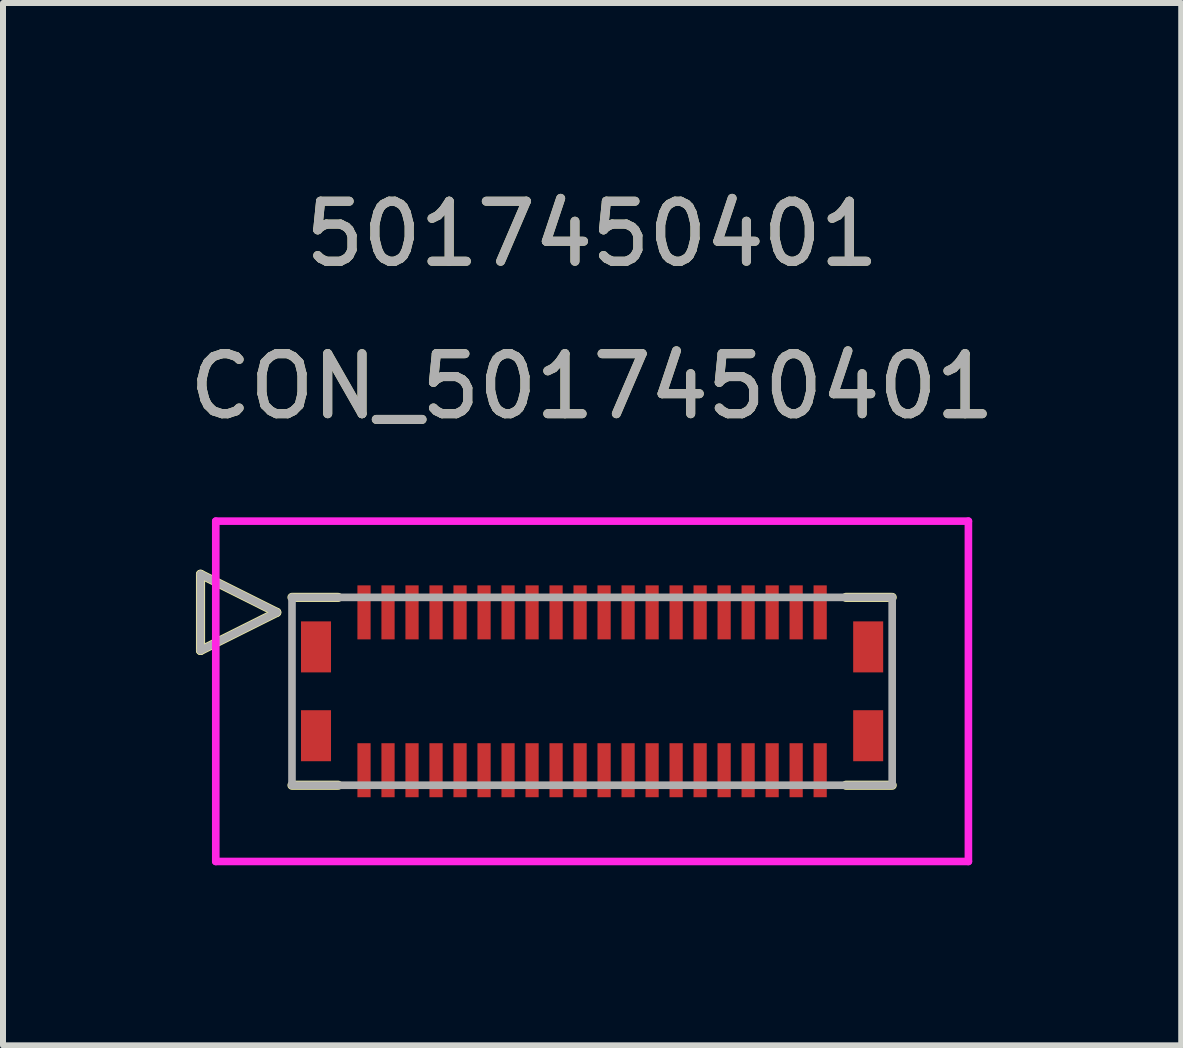
<source format=kicad_pcb>
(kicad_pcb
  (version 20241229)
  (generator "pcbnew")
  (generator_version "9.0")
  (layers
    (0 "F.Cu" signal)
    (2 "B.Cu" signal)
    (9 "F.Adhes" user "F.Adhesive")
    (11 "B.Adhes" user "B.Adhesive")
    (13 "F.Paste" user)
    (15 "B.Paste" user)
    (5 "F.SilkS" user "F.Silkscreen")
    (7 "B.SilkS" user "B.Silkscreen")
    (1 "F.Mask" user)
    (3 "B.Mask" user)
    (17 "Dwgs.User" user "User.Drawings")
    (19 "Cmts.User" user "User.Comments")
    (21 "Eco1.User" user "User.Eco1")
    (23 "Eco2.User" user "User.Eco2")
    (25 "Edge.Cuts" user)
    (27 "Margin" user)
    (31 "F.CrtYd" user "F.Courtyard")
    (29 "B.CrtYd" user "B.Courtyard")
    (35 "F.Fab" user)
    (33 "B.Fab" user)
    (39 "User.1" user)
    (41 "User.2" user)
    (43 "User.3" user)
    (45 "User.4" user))
  (footprint "CON_5017450401"
    (layer "F.Cu")
    (at 6.815 8.468)
    (property "Reference" "CON_5017450401" (at 0 -5.08 0) (unlocked yes) (layer "F.SilkS") (effects (font (size 1 1) (thickness 0.15))))
    (attr smd)
    (fp_line (start -6.524 -1.95) (end -6.524 -0.68) (stroke (width 0.152) (type solid)) (layer "F.SilkS"))
    (fp_line (start -6.524 -0.68) (end -5.254 -1.315) (stroke (width 0.152) (type solid)) (layer "F.SilkS"))
    (fp_line (start -5.254 -1.315) (end -6.524 -1.95) (stroke (width 0.152) (type solid)) (layer "F.SilkS"))
    (fp_line (start -5 1.565) (end -4.23 1.565) (stroke (width 0.152) (type solid)) (layer "F.SilkS"))
    (fp_line (start -4.23 -1.565) (end -5 -1.565) (stroke (width 0.152) (type solid)) (layer "F.SilkS"))
    (fp_line (start 4.23 1.565) (end 5 1.565) (stroke (width 0.152) (type solid)) (layer "F.SilkS"))
    (fp_line (start 5 -1.565) (end 4.23 -1.565) (stroke (width 0.152) (type solid)) (layer "F.SilkS"))
    (fp_line (start -6.27 -2.835) (end -6.27 2.835) (stroke (width 0.127) (type solid)) (layer "F.CrtYd"))
    (fp_line (start -6.27 2.835) (end 6.27 2.835) (stroke (width 0.127) (type solid)) (layer "F.CrtYd"))
    (fp_line (start 6.27 -2.835) (end -6.27 -2.835) (stroke (width 0.127) (type solid)) (layer "F.CrtYd"))
    (fp_line (start 6.27 2.835) (end 6.27 -2.835) (stroke (width 0.127) (type solid)) (layer "F.CrtYd"))
    (fp_line (start -6.524 -1.95) (end -6.524 -0.68) (stroke (width 0.127) (type solid)) (layer "F.Fab"))
    (fp_line (start -6.524 -0.68) (end -5.254 -1.315) (stroke (width 0.127) (type solid)) (layer "F.Fab"))
    (fp_line (start -5.254 -1.315) (end -6.524 -1.95) (stroke (width 0.127) (type solid)) (layer "F.Fab"))
    (fp_line (start -5 -1.565) (end -5 1.565) (stroke (width 0.127) (type solid)) (layer "F.Fab"))
    (fp_line (start -5 1.565) (end 5 1.565) (stroke (width 0.127) (type solid)) (layer "F.Fab"))
    (fp_line (start 5 -1.565) (end -5 -1.565) (stroke (width 0.127) (type solid)) (layer "F.Fab"))
    (fp_line (start 5 1.565) (end 5 -1.565) (stroke (width 0.127) (type solid)) (layer "F.Fab"))
    (fp_text user "5017450401" (at 0 -7.62 0) (unlocked yes) (layer "F.SilkS") (effects (font (size 1 1) (thickness 0.15))))
    (fp_text user "5017450401" (at 0 -7.62 0) (unlocked yes) (layer "F.Fab") (effects (font (size 1 1) (thickness 0.15))))
    (fp_text user "${REFERENCE}" (at 0 -5.08 0) (unlocked yes) (layer "F.Fab") (effects (font (size 1 1) (thickness 0.15))))
    (pad "1" smd rect (at -3.8 -1.315) (size 0.22 0.9) (layers "F.Cu" "F.Mask" "F.Paste"))
    (pad "2" smd rect (at -3.4 -1.315) (size 0.22 0.9) (layers "F.Cu" "F.Mask" "F.Paste"))
    (pad "3" smd rect (at -3 -1.315) (size 0.22 0.9) (layers "F.Cu" "F.Mask" "F.Paste"))
    (pad "4" smd rect (at -2.6 -1.315) (size 0.22 0.9) (layers "F.Cu" "F.Mask" "F.Paste"))
    (pad "5" smd rect (at -2.2 -1.315) (size 0.22 0.9) (layers "F.Cu" "F.Mask" "F.Paste"))
    (pad "6" smd rect (at -1.8 -1.315) (size 0.22 0.9) (layers "F.Cu" "F.Mask" "F.Paste"))
    (pad "7" smd rect (at -1.4 -1.315) (size 0.22 0.9) (layers "F.Cu" "F.Mask" "F.Paste"))
    (pad "8" smd rect (at -1 -1.315) (size 0.22 0.9) (layers "F.Cu" "F.Mask" "F.Paste"))
    (pad "9" smd rect (at -0.6 -1.315) (size 0.22 0.9) (layers "F.Cu" "F.Mask" "F.Paste"))
    (pad "10" smd rect (at -0.2 -1.315) (size 0.22 0.9) (layers "F.Cu" "F.Mask" "F.Paste"))
    (pad "11" smd rect (at 0.2 -1.315) (size 0.22 0.9) (layers "F.Cu" "F.Mask" "F.Paste"))
    (pad "12" smd rect (at 0.6 -1.315) (size 0.22 0.9) (layers "F.Cu" "F.Mask" "F.Paste"))
    (pad "13" smd rect (at 1 -1.315) (size 0.22 0.9) (layers "F.Cu" "F.Mask" "F.Paste"))
    (pad "14" smd rect (at 1.4 -1.315) (size 0.22 0.9) (layers "F.Cu" "F.Mask" "F.Paste"))
    (pad "15" smd rect (at 1.8 -1.315) (size 0.22 0.9) (layers "F.Cu" "F.Mask" "F.Paste"))
    (pad "16" smd rect (at 2.2 -1.315) (size 0.22 0.9) (layers "F.Cu" "F.Mask" "F.Paste"))
    (pad "17" smd rect (at 2.6 -1.315) (size 0.22 0.9) (layers "F.Cu" "F.Mask" "F.Paste"))
    (pad "18" smd rect (at 3 -1.315) (size 0.22 0.9) (layers "F.Cu" "F.Mask" "F.Paste"))
    (pad "19" smd rect (at 3.4 -1.315) (size 0.22 0.9) (layers "F.Cu" "F.Mask" "F.Paste"))
    (pad "20" smd rect (at 3.8 -1.315) (size 0.22 0.9) (layers "F.Cu" "F.Mask" "F.Paste"))
    (pad "21" smd rect (at -3.8 1.315) (size 0.22 0.9) (layers "F.Cu" "F.Mask" "F.Paste"))
    (pad "22" smd rect (at -3.4 1.315) (size 0.22 0.9) (layers "F.Cu" "F.Mask" "F.Paste"))
    (pad "23" smd rect (at -3 1.315) (size 0.22 0.9) (layers "F.Cu" "F.Mask" "F.Paste"))
    (pad "24" smd rect (at -2.6 1.315) (size 0.22 0.9) (layers "F.Cu" "F.Mask" "F.Paste"))
    (pad "25" smd rect (at -2.2 1.315) (size 0.22 0.9) (layers "F.Cu" "F.Mask" "F.Paste"))
    (pad "26" smd rect (at -1.8 1.315) (size 0.22 0.9) (layers "F.Cu" "F.Mask" "F.Paste"))
    (pad "27" smd rect (at -1.4 1.315) (size 0.22 0.9) (layers "F.Cu" "F.Mask" "F.Paste"))
    (pad "28" smd rect (at -1 1.315) (size 0.22 0.9) (layers "F.Cu" "F.Mask" "F.Paste"))
    (pad "29" smd rect (at -0.6 1.315) (size 0.22 0.9) (layers "F.Cu" "F.Mask" "F.Paste"))
    (pad "30" smd rect (at -0.2 1.315) (size 0.22 0.9) (layers "F.Cu" "F.Mask" "F.Paste"))
    (pad "31" smd rect (at 0.2 1.315) (size 0.22 0.9) (layers "F.Cu" "F.Mask" "F.Paste"))
    (pad "32" smd rect (at 0.6 1.315) (size 0.22 0.9) (layers "F.Cu" "F.Mask" "F.Paste"))
    (pad "33" smd rect (at 1 1.315) (size 0.22 0.9) (layers "F.Cu" "F.Mask" "F.Paste"))
    (pad "34" smd rect (at 1.4 1.315) (size 0.22 0.9) (layers "F.Cu" "F.Mask" "F.Paste"))
    (pad "35" smd rect (at 1.8 1.315) (size 0.22 0.9) (layers "F.Cu" "F.Mask" "F.Paste"))
    (pad "36" smd rect (at 2.2 1.315) (size 0.22 0.9) (layers "F.Cu" "F.Mask" "F.Paste"))
    (pad "37" smd rect (at 2.6 1.315) (size 0.22 0.9) (layers "F.Cu" "F.Mask" "F.Paste"))
    (pad "38" smd rect (at 3 1.315) (size 0.22 0.9) (layers "F.Cu" "F.Mask" "F.Paste"))
    (pad "39" smd rect (at 3.4 1.315) (size 0.22 0.9) (layers "F.Cu" "F.Mask" "F.Paste"))
    (pad "40" smd rect (at 3.8 1.315) (size 0.22 0.9) (layers "F.Cu" "F.Mask" "F.Paste"))
    (pad "P1" smd rect (at -4.6 0.74) (size 0.5 0.85) (layers "F.Cu" "F.Mask" "F.Paste"))
    (pad "P2" smd rect (at 4.6 0.74) (size 0.5 0.85) (layers "F.Cu" "F.Mask" "F.Paste"))
    (pad "P3" smd rect (at -4.6 -0.74) (size 0.5 0.85) (layers "F.Cu" "F.Mask" "F.Paste"))
    (pad "P4" smd rect (at 4.6 -0.74) (size 0.5 0.85) (layers "F.Cu" "F.Mask" "F.Paste")))
  (gr_rect
    (start -3 -3)
    (end 16.631 14.367)
    (stroke (width 0.1) (type default))
    (fill no)
    (layer "Edge.Cuts")))
</source>
